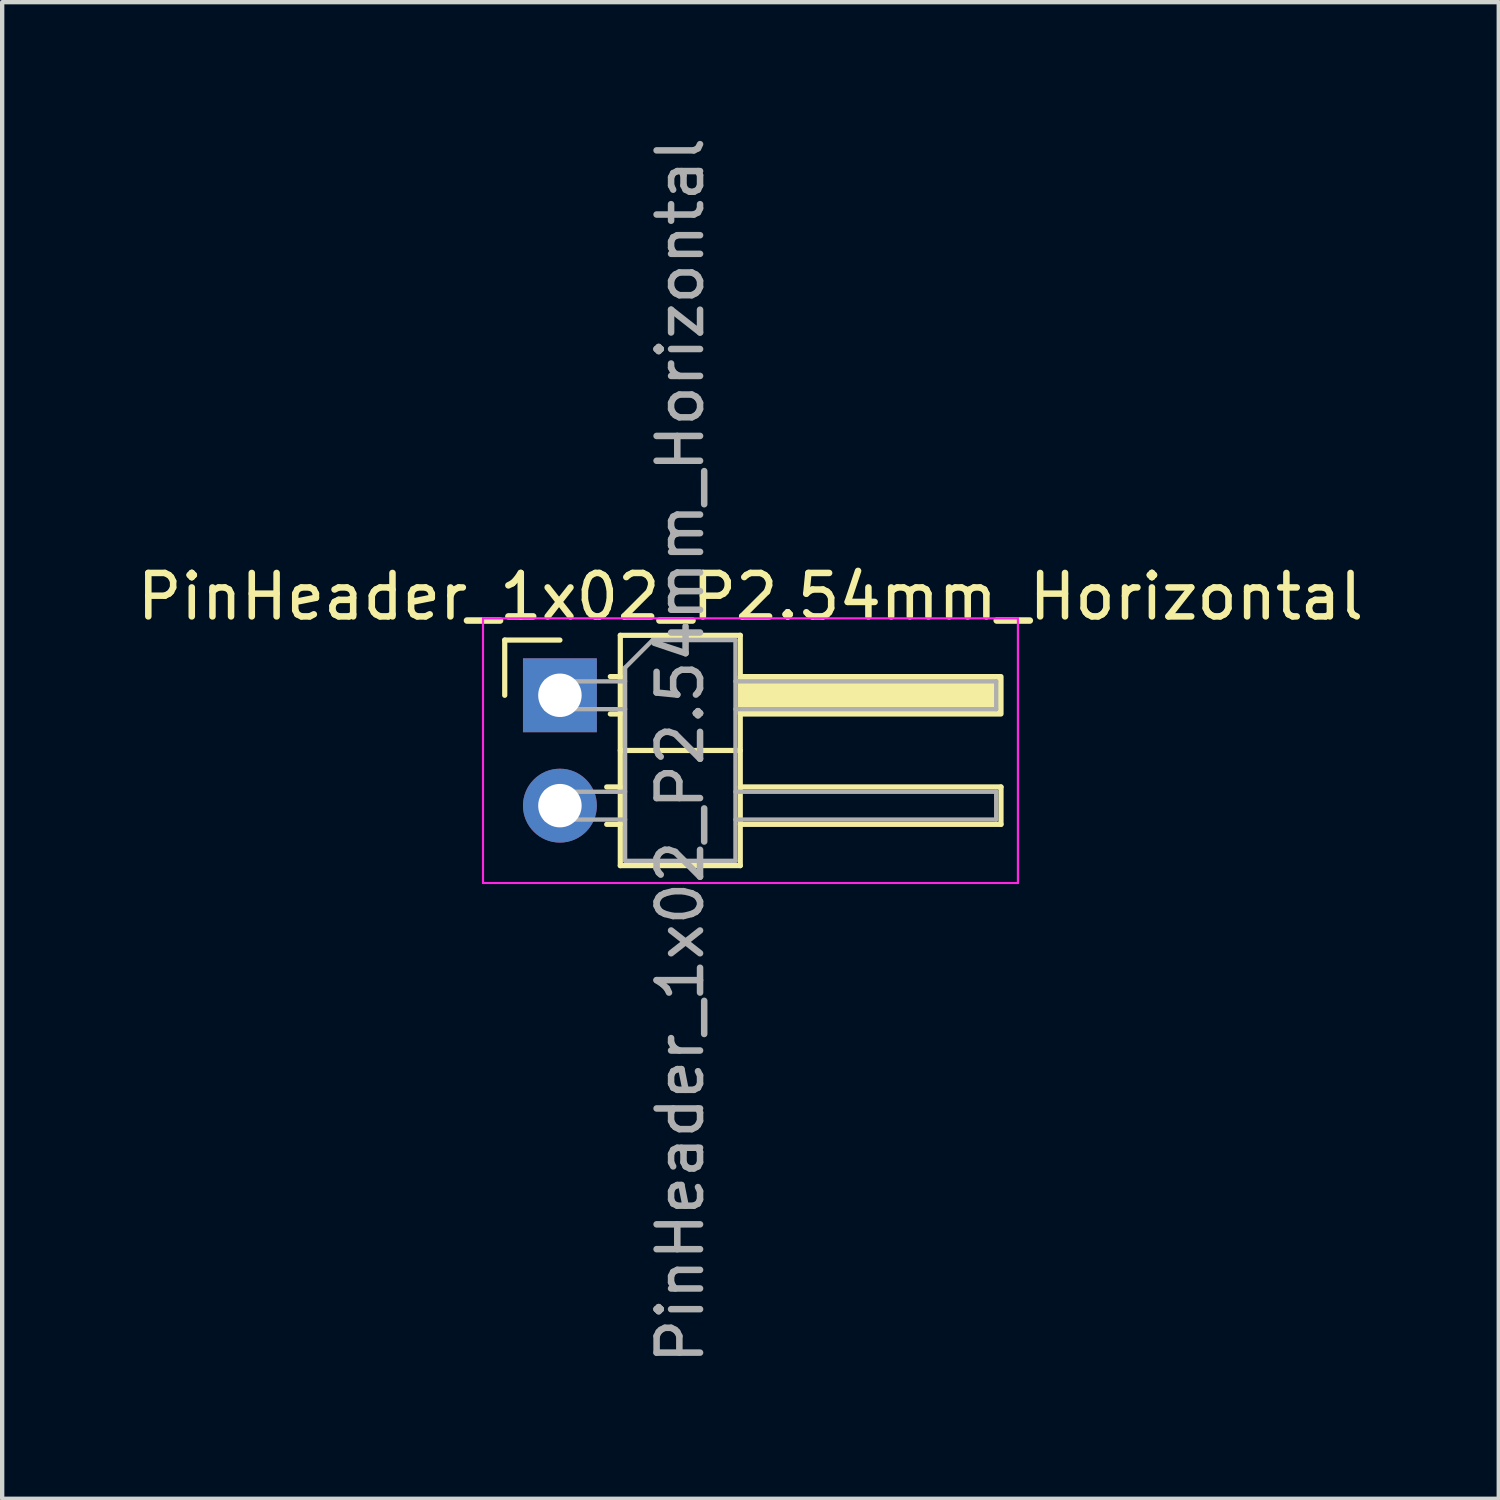
<source format=kicad_pcb>
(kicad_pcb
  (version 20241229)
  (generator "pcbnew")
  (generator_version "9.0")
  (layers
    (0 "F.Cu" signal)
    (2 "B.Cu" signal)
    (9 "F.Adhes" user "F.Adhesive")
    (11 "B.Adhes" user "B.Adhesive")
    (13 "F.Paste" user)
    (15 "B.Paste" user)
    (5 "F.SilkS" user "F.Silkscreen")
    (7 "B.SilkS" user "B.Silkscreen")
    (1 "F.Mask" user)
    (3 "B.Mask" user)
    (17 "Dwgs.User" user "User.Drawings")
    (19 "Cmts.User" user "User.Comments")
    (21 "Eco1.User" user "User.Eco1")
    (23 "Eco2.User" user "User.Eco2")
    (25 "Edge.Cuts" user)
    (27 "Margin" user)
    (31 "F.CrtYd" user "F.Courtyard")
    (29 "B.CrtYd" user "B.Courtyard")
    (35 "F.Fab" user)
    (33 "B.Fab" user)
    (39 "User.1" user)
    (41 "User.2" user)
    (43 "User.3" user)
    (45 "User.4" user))
  (footprint "PinHeader_1x02_P2.54mm_Horizontal"
    (layer "F.Cu")
    (at 9.835 12.95)
    (property "Reference" "PinHeader_1x02_P2.54mm_Horizontal" (at 4.385 -2.27 0) (layer "F.SilkS") (effects (font (size 1 1) (thickness 0.15))))
    (attr through_hole)
    (fp_line (start -1.27 -1.27) (end 0 -1.27) (stroke (width 0.12) (type solid)) (layer "F.SilkS"))
    (fp_line (start -1.27 0) (end -1.27 -1.27) (stroke (width 0.12) (type solid)) (layer "F.SilkS"))
    (fp_line (start 1.077 2.11) (end 1.39 2.11) (stroke (width 0.12) (type solid)) (layer "F.SilkS"))
    (fp_line (start 1.077 2.97) (end 1.39 2.97) (stroke (width 0.12) (type solid)) (layer "F.SilkS"))
    (fp_line (start 1.16 -0.43) (end 1.39 -0.43) (stroke (width 0.12) (type solid)) (layer "F.SilkS"))
    (fp_line (start 1.16 0.43) (end 1.39 0.43) (stroke (width 0.12) (type solid)) (layer "F.SilkS"))
    (fp_line (start 1.39 -1.38) (end 1.39 3.92) (stroke (width 0.12) (type solid)) (layer "F.SilkS"))
    (fp_line (start 1.39 1.27) (end 4.15 1.27) (stroke (width 0.12) (type solid)) (layer "F.SilkS"))
    (fp_line (start 1.39 3.92) (end 4.15 3.92) (stroke (width 0.12) (type solid)) (layer "F.SilkS"))
    (fp_line (start 4.15 -1.38) (end 1.39 -1.38) (stroke (width 0.12) (type solid)) (layer "F.SilkS"))
    (fp_line (start 4.15 2.11) (end 10.15 2.11) (stroke (width 0.12) (type solid)) (layer "F.SilkS"))
    (fp_line (start 4.15 3.92) (end 4.15 -1.38) (stroke (width 0.12) (type solid)) (layer "F.SilkS"))
    (fp_line (start 10.15 2.11) (end 10.15 2.97) (stroke (width 0.12) (type solid)) (layer "F.SilkS"))
    (fp_line (start 10.15 2.97) (end 4.15 2.97) (stroke (width 0.12) (type solid)) (layer "F.SilkS"))
    (fp_rect (start 4.15 -0.43) (end 10.15 0.43) (stroke (width 0.12) (type solid)) (fill yes) (layer "F.SilkS"))
    (fp_line (start -1.77 -1.77) (end -1.77 4.32) (stroke (width 0.05) (type solid)) (layer "F.CrtYd"))
    (fp_line (start -1.77 4.32) (end 10.54 4.32) (stroke (width 0.05) (type solid)) (layer "F.CrtYd"))
    (fp_line (start 10.54 -1.77) (end -1.77 -1.77) (stroke (width 0.05) (type solid)) (layer "F.CrtYd"))
    (fp_line (start 10.54 4.32) (end 10.54 -1.77) (stroke (width 0.05) (type solid)) (layer "F.CrtYd"))
    (fp_line (start -0.32 -0.32) (end -0.32 0.32) (stroke (width 0.1) (type solid)) (layer "F.Fab"))
    (fp_line (start -0.32 -0.32) (end 1.5 -0.32) (stroke (width 0.1) (type solid)) (layer "F.Fab"))
    (fp_line (start -0.32 0.32) (end 1.5 0.32) (stroke (width 0.1) (type solid)) (layer "F.Fab"))
    (fp_line (start -0.32 2.22) (end -0.32 2.86) (stroke (width 0.1) (type solid)) (layer "F.Fab"))
    (fp_line (start -0.32 2.22) (end 1.5 2.22) (stroke (width 0.1) (type solid)) (layer "F.Fab"))
    (fp_line (start -0.32 2.86) (end 1.5 2.86) (stroke (width 0.1) (type solid)) (layer "F.Fab"))
    (fp_line (start 1.5 -0.635) (end 2.135 -1.27) (stroke (width 0.1) (type solid)) (layer "F.Fab"))
    (fp_line (start 1.5 3.81) (end 1.5 -0.635) (stroke (width 0.1) (type solid)) (layer "F.Fab"))
    (fp_line (start 2.135 -1.27) (end 4.04 -1.27) (stroke (width 0.1) (type solid)) (layer "F.Fab"))
    (fp_line (start 4.04 -1.27) (end 4.04 3.81) (stroke (width 0.1) (type solid)) (layer "F.Fab"))
    (fp_line (start 4.04 -0.32) (end 10.04 -0.32) (stroke (width 0.1) (type solid)) (layer "F.Fab"))
    (fp_line (start 4.04 0.32) (end 10.04 0.32) (stroke (width 0.1) (type solid)) (layer "F.Fab"))
    (fp_line (start 4.04 2.22) (end 10.04 2.22) (stroke (width 0.1) (type solid)) (layer "F.Fab"))
    (fp_line (start 4.04 2.86) (end 10.04 2.86) (stroke (width 0.1) (type solid)) (layer "F.Fab"))
    (fp_line (start 4.04 3.81) (end 1.5 3.81) (stroke (width 0.1) (type solid)) (layer "F.Fab"))
    (fp_line (start 10.04 -0.32) (end 10.04 0.32) (stroke (width 0.1) (type solid)) (layer "F.Fab"))
    (fp_line (start 10.04 2.22) (end 10.04 2.86) (stroke (width 0.1) (type solid)) (layer "F.Fab"))
    (fp_text user "${REFERENCE}" (at 2.77 1.27 90) (layer "F.Fab") (effects (font (size 1 1) (thickness 0.15))))
    (pad "1" thru_hole circle (at 0 2.54) (size 1.7 1.7) (drill 1) (layers "*.Cu" "*.Mask"))
    (pad "2" thru_hole rect (at 0 0) (size 1.7 1.7) (drill 1) (layers "*.Cu" "*.Mask")))
  (gr_rect
    (start -3 -3)
    (end 31.44 31.44)
    (stroke (width 0.1) (type default))
    (fill no)
    (layer "Edge.Cuts")))
</source>
